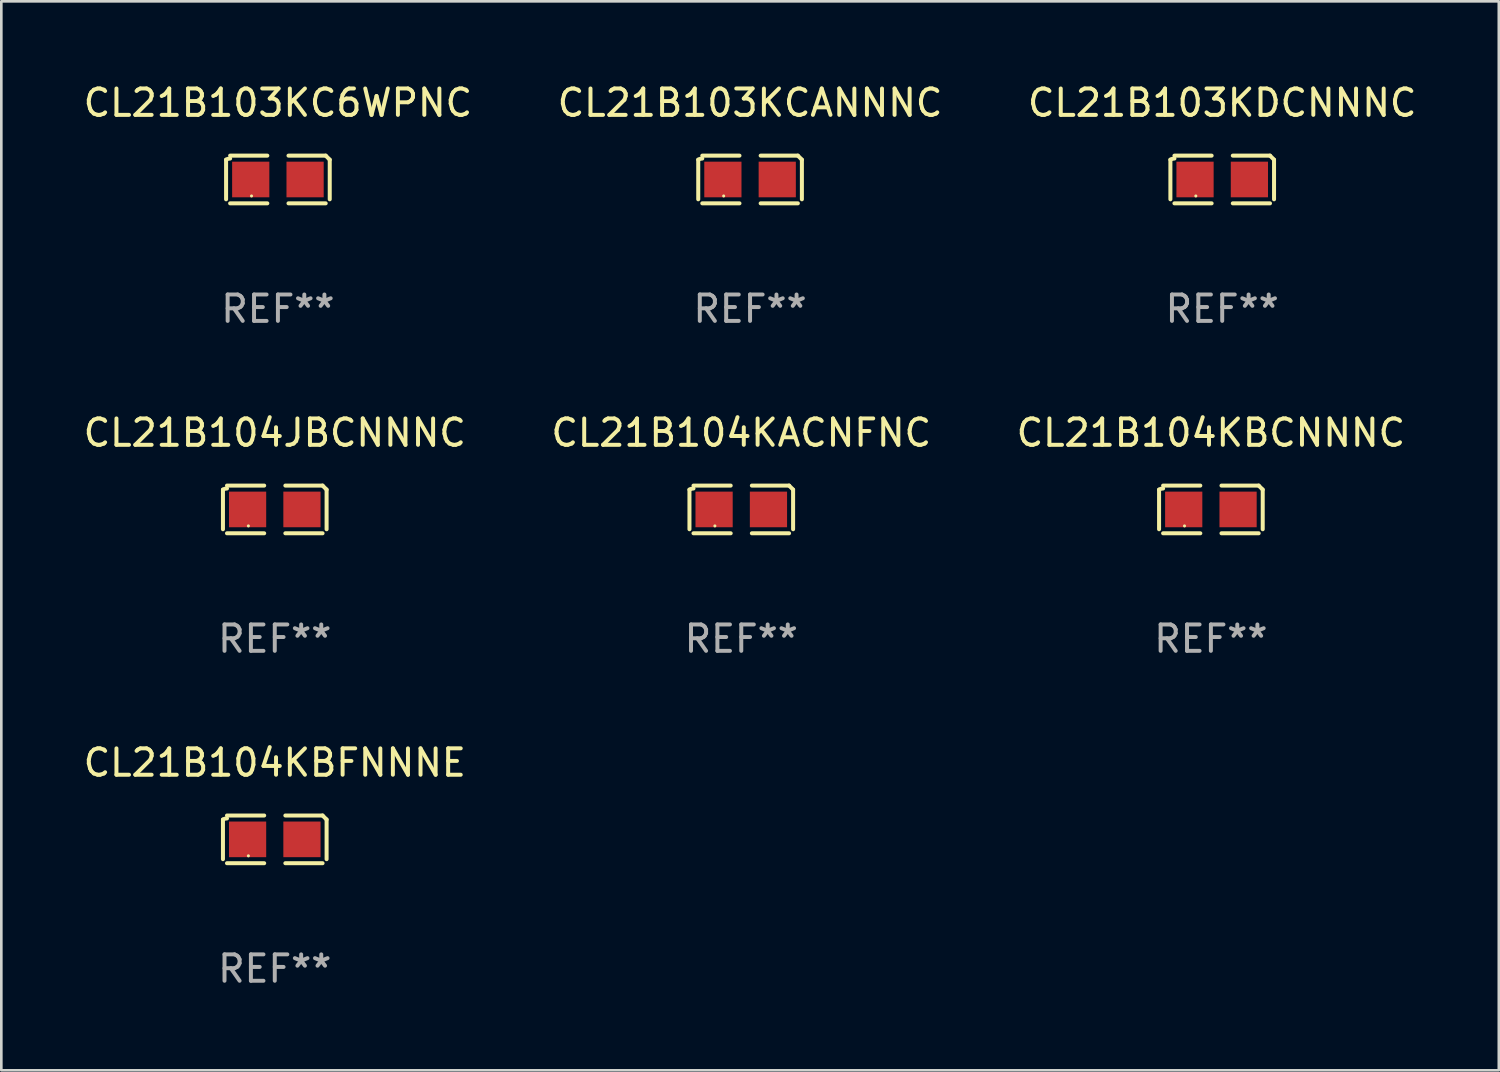
<source format=kicad_pcb>
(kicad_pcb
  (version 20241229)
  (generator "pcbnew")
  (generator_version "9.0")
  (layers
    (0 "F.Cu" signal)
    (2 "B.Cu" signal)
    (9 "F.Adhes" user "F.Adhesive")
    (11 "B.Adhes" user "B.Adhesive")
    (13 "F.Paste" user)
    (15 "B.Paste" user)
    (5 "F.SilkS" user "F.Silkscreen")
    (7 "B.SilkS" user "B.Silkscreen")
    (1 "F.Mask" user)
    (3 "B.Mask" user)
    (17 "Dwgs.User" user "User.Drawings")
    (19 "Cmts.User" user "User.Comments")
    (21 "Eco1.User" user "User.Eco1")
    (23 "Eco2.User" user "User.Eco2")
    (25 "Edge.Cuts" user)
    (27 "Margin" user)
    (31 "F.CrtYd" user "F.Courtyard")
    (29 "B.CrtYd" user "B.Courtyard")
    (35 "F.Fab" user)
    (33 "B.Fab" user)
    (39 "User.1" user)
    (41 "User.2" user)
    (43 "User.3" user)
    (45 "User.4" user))
  (footprint "CL21B103KDCNNNC"
    (layer "F.Cu")
    (at 43.268 3.752)
    (property "Reference" "CL21B103KDCNNNC" (at 0 -2.904 0) (layer "F.SilkS") (effects (font (size 1 1) (thickness 0.15))))
    (attr through_hole)
    (fp_line (start -1.964 0.751) (end -1.964 -0.751) (stroke (width 0.152) (type solid)) (layer "F.SilkS"))
    (fp_line (start -1.811 -0.904) (end -0.401 -0.904) (stroke (width 0.152) (type solid)) (layer "F.SilkS"))
    (fp_line (start -0.401 0.904) (end -1.811 0.904) (stroke (width 0.152) (type solid)) (layer "F.SilkS"))
    (fp_line (start 0.401 0.904) (end 1.811 0.904) (stroke (width 0.152) (type solid)) (layer "F.SilkS"))
    (fp_line (start 1.811 -0.904) (end 0.401 -0.904) (stroke (width 0.152) (type solid)) (layer "F.SilkS"))
    (fp_line (start 1.964 0.751) (end 1.964 -0.751) (stroke (width 0.152) (type solid)) (layer "F.SilkS"))
    (fp_arc (start -1.963602 -0.751207) (mid -1.890354 -0.783131) (end -1.811201 -0.794044) (stroke (width 0.1524) (type solid)) (layer "F.SilkS"))
    (fp_arc (start 1.811202 -0.903607) (mid 1.887413 -0.827418) (end 1.963602 -0.751207) (stroke (width 0.1524) (type solid)) (layer "F.SilkS"))
    (fp_circle (center -1 0.625) (end -0.97 0.625) (stroke (width 0.06) (type solid)) (fill no) (layer "F.SilkS"))
    (fp_text user "REF**" (at 0 4.904 0) (layer "F.Fab") (effects (font (size 1 1) (thickness 0.15))))
    (pad "1" smd rect (at -1.03 0) (size 1.41 1.35) (layers "F.Cu" "F.Mask" "F.Paste"))
    (pad "2" smd rect (at 1.03 0) (size 1.41 1.35) (layers "F.Cu" "F.Mask" "F.Paste")))
  (footprint "CL21B104JBCNNNC"
    (layer "F.Cu")
    (at 7.363 16.256)
    (property "Reference" "CL21B104JBCNNNC" (at 0 -2.904 0) (layer "F.SilkS") (effects (font (size 1 1) (thickness 0.15))))
    (attr through_hole)
    (fp_line (start -1.964 0.751) (end -1.964 -0.751) (stroke (width 0.152) (type solid)) (layer "F.SilkS"))
    (fp_line (start -1.811 -0.904) (end -0.401 -0.904) (stroke (width 0.152) (type solid)) (layer "F.SilkS"))
    (fp_line (start -0.401 0.904) (end -1.811 0.904) (stroke (width 0.152) (type solid)) (layer "F.SilkS"))
    (fp_line (start 0.401 0.904) (end 1.811 0.904) (stroke (width 0.152) (type solid)) (layer "F.SilkS"))
    (fp_line (start 1.811 -0.904) (end 0.401 -0.904) (stroke (width 0.152) (type solid)) (layer "F.SilkS"))
    (fp_line (start 1.964 0.751) (end 1.964 -0.751) (stroke (width 0.152) (type solid)) (layer "F.SilkS"))
    (fp_arc (start -1.963602 -0.751207) (mid -1.890354 -0.783131) (end -1.811201 -0.794044) (stroke (width 0.1524) (type solid)) (layer "F.SilkS"))
    (fp_arc (start 1.811202 -0.903607) (mid 1.887413 -0.827418) (end 1.963602 -0.751207) (stroke (width 0.1524) (type solid)) (layer "F.SilkS"))
    (fp_circle (center -1 0.625) (end -0.97 0.625) (stroke (width 0.06) (type solid)) (fill no) (layer "F.SilkS"))
    (fp_text user "REF**" (at 0 4.904 0) (layer "F.Fab") (effects (font (size 1 1) (thickness 0.15))))
    (pad "1" smd rect (at -1.03 0) (size 1.41 1.35) (layers "F.Cu" "F.Mask" "F.Paste"))
    (pad "2" smd rect (at 1.03 0) (size 1.41 1.35) (layers "F.Cu" "F.Mask" "F.Paste")))
  (footprint "CL21B103KC6WPNC"
    (layer "F.Cu")
    (at 7.482 3.752)
    (property "Reference" "CL21B103KC6WPNC" (at 0 -2.904 0) (layer "F.SilkS") (effects (font (size 1 1) (thickness 0.15))))
    (attr through_hole)
    (fp_line (start -1.964 0.751) (end -1.964 -0.751) (stroke (width 0.152) (type solid)) (layer "F.SilkS"))
    (fp_line (start -1.811 -0.904) (end -0.401 -0.904) (stroke (width 0.152) (type solid)) (layer "F.SilkS"))
    (fp_line (start -0.401 0.904) (end -1.811 0.904) (stroke (width 0.152) (type solid)) (layer "F.SilkS"))
    (fp_line (start 0.401 0.904) (end 1.811 0.904) (stroke (width 0.152) (type solid)) (layer "F.SilkS"))
    (fp_line (start 1.811 -0.904) (end 0.401 -0.904) (stroke (width 0.152) (type solid)) (layer "F.SilkS"))
    (fp_line (start 1.964 0.751) (end 1.964 -0.751) (stroke (width 0.152) (type solid)) (layer "F.SilkS"))
    (fp_arc (start -1.963602 -0.751207) (mid -1.890354 -0.783131) (end -1.811201 -0.794044) (stroke (width 0.1524) (type solid)) (layer "F.SilkS"))
    (fp_arc (start 1.811202 -0.903607) (mid 1.887413 -0.827418) (end 1.963602 -0.751207) (stroke (width 0.1524) (type solid)) (layer "F.SilkS"))
    (fp_circle (center -1 0.625) (end -0.97 0.625) (stroke (width 0.06) (type solid)) (fill no) (layer "F.SilkS"))
    (fp_text user "REF**" (at 0 4.904 0) (layer "F.Fab") (effects (font (size 1 1) (thickness 0.15))))
    (pad "1" smd rect (at -1.03 0) (size 1.41 1.35) (layers "F.Cu" "F.Mask" "F.Paste"))
    (pad "2" smd rect (at 1.03 0) (size 1.41 1.35) (layers "F.Cu" "F.Mask" "F.Paste")))
  (footprint "CL21B103KCANNNC"
    (layer "F.Cu")
    (at 25.375 3.752)
    (property "Reference" "CL21B103KCANNNC" (at 0 -2.904 0) (layer "F.SilkS") (effects (font (size 1 1) (thickness 0.15))))
    (attr through_hole)
    (fp_line (start -1.964 0.751) (end -1.964 -0.751) (stroke (width 0.152) (type solid)) (layer "F.SilkS"))
    (fp_line (start -1.811 -0.904) (end -0.401 -0.904) (stroke (width 0.152) (type solid)) (layer "F.SilkS"))
    (fp_line (start -0.401 0.904) (end -1.811 0.904) (stroke (width 0.152) (type solid)) (layer "F.SilkS"))
    (fp_line (start 0.401 0.904) (end 1.811 0.904) (stroke (width 0.152) (type solid)) (layer "F.SilkS"))
    (fp_line (start 1.811 -0.904) (end 0.401 -0.904) (stroke (width 0.152) (type solid)) (layer "F.SilkS"))
    (fp_line (start 1.964 0.751) (end 1.964 -0.751) (stroke (width 0.152) (type solid)) (layer "F.SilkS"))
    (fp_arc (start -1.963602 -0.751207) (mid -1.890354 -0.783131) (end -1.811201 -0.794044) (stroke (width 0.1524) (type solid)) (layer "F.SilkS"))
    (fp_arc (start 1.811202 -0.903607) (mid 1.887413 -0.827418) (end 1.963602 -0.751207) (stroke (width 0.1524) (type solid)) (layer "F.SilkS"))
    (fp_circle (center -1 0.625) (end -0.97 0.625) (stroke (width 0.06) (type solid)) (fill no) (layer "F.SilkS"))
    (fp_text user "REF**" (at 0 4.904 0) (layer "F.Fab") (effects (font (size 1 1) (thickness 0.15))))
    (pad "1" smd rect (at -1.03 0) (size 1.41 1.35) (layers "F.Cu" "F.Mask" "F.Paste"))
    (pad "2" smd rect (at 1.03 0) (size 1.41 1.35) (layers "F.Cu" "F.Mask" "F.Paste")))
  (footprint "CL21B104KBFNNNE"
    (layer "F.Cu")
    (at 7.363 28.759)
    (property "Reference" "CL21B104KBFNNNE" (at 0 -2.904 0) (layer "F.SilkS") (effects (font (size 1 1) (thickness 0.15))))
    (attr through_hole)
    (fp_line (start -1.964 0.751) (end -1.964 -0.751) (stroke (width 0.152) (type solid)) (layer "F.SilkS"))
    (fp_line (start -1.811 -0.904) (end -0.401 -0.904) (stroke (width 0.152) (type solid)) (layer "F.SilkS"))
    (fp_line (start -0.401 0.904) (end -1.811 0.904) (stroke (width 0.152) (type solid)) (layer "F.SilkS"))
    (fp_line (start 0.401 0.904) (end 1.811 0.904) (stroke (width 0.152) (type solid)) (layer "F.SilkS"))
    (fp_line (start 1.811 -0.904) (end 0.401 -0.904) (stroke (width 0.152) (type solid)) (layer "F.SilkS"))
    (fp_line (start 1.964 0.751) (end 1.964 -0.751) (stroke (width 0.152) (type solid)) (layer "F.SilkS"))
    (fp_arc (start -1.963602 -0.751207) (mid -1.890354 -0.783131) (end -1.811201 -0.794044) (stroke (width 0.1524) (type solid)) (layer "F.SilkS"))
    (fp_arc (start 1.811202 -0.903607) (mid 1.887413 -0.827418) (end 1.963602 -0.751207) (stroke (width 0.1524) (type solid)) (layer "F.SilkS"))
    (fp_circle (center -1 0.625) (end -0.97 0.625) (stroke (width 0.06) (type solid)) (fill no) (layer "F.SilkS"))
    (fp_text user "REF**" (at 0 4.904 0) (layer "F.Fab") (effects (font (size 1 1) (thickness 0.15))))
    (pad "1" smd rect (at -1.03 0) (size 1.41 1.35) (layers "F.Cu" "F.Mask" "F.Paste"))
    (pad "2" smd rect (at 1.03 0) (size 1.41 1.35) (layers "F.Cu" "F.Mask" "F.Paste")))
  (footprint "CL21B104KBCNNNC"
    (layer "F.Cu")
    (at 42.839 16.256)
    (property "Reference" "CL21B104KBCNNNC" (at 0 -2.904 0) (layer "F.SilkS") (effects (font (size 1 1) (thickness 0.15))))
    (attr through_hole)
    (fp_line (start -1.964 0.751) (end -1.964 -0.751) (stroke (width 0.152) (type solid)) (layer "F.SilkS"))
    (fp_line (start -1.811 -0.904) (end -0.401 -0.904) (stroke (width 0.152) (type solid)) (layer "F.SilkS"))
    (fp_line (start -0.401 0.904) (end -1.811 0.904) (stroke (width 0.152) (type solid)) (layer "F.SilkS"))
    (fp_line (start 0.401 0.904) (end 1.811 0.904) (stroke (width 0.152) (type solid)) (layer "F.SilkS"))
    (fp_line (start 1.811 -0.904) (end 0.401 -0.904) (stroke (width 0.152) (type solid)) (layer "F.SilkS"))
    (fp_line (start 1.964 0.751) (end 1.964 -0.751) (stroke (width 0.152) (type solid)) (layer "F.SilkS"))
    (fp_arc (start -1.963602 -0.751207) (mid -1.890354 -0.783131) (end -1.811201 -0.794044) (stroke (width 0.1524) (type solid)) (layer "F.SilkS"))
    (fp_arc (start 1.811202 -0.903607) (mid 1.887413 -0.827418) (end 1.963602 -0.751207) (stroke (width 0.1524) (type solid)) (layer "F.SilkS"))
    (fp_circle (center -1 0.625) (end -0.97 0.625) (stroke (width 0.06) (type solid)) (fill no) (layer "F.SilkS"))
    (fp_text user "REF**" (at 0 4.904 0) (layer "F.Fab") (effects (font (size 1 1) (thickness 0.15))))
    (pad "1" smd rect (at -1.03 0) (size 1.41 1.35) (layers "F.Cu" "F.Mask" "F.Paste"))
    (pad "2" smd rect (at 1.03 0) (size 1.41 1.35) (layers "F.Cu" "F.Mask" "F.Paste")))
  (footprint "CL21B104KACNFNC"
    (layer "F.Cu")
    (at 25.042 16.256)
    (property "Reference" "CL21B104KACNFNC" (at 0 -2.904 0) (layer "F.SilkS") (effects (font (size 1 1) (thickness 0.15))))
    (attr through_hole)
    (fp_line (start -1.964 0.751) (end -1.964 -0.751) (stroke (width 0.152) (type solid)) (layer "F.SilkS"))
    (fp_line (start -1.811 -0.904) (end -0.401 -0.904) (stroke (width 0.152) (type solid)) (layer "F.SilkS"))
    (fp_line (start -0.401 0.904) (end -1.811 0.904) (stroke (width 0.152) (type solid)) (layer "F.SilkS"))
    (fp_line (start 0.401 0.904) (end 1.811 0.904) (stroke (width 0.152) (type solid)) (layer "F.SilkS"))
    (fp_line (start 1.811 -0.904) (end 0.401 -0.904) (stroke (width 0.152) (type solid)) (layer "F.SilkS"))
    (fp_line (start 1.964 0.751) (end 1.964 -0.751) (stroke (width 0.152) (type solid)) (layer "F.SilkS"))
    (fp_arc (start -1.963602 -0.751207) (mid -1.890354 -0.783131) (end -1.811201 -0.794044) (stroke (width 0.1524) (type solid)) (layer "F.SilkS"))
    (fp_arc (start 1.811202 -0.903607) (mid 1.887413 -0.827418) (end 1.963602 -0.751207) (stroke (width 0.1524) (type solid)) (layer "F.SilkS"))
    (fp_circle (center -1 0.625) (end -0.97 0.625) (stroke (width 0.06) (type solid)) (fill no) (layer "F.SilkS"))
    (fp_text user "REF**" (at 0 4.904 0) (layer "F.Fab") (effects (font (size 1 1) (thickness 0.15))))
    (pad "1" smd rect (at -1.03 0) (size 1.41 1.35) (layers "F.Cu" "F.Mask" "F.Paste"))
    (pad "2" smd rect (at 1.03 0) (size 1.41 1.35) (layers "F.Cu" "F.Mask" "F.Paste")))
  (gr_rect
    (start -3 -3)
    (end 53.75 37.511)
    (stroke (width 0.1) (type default))
    (fill no)
    (layer "Edge.Cuts")))
</source>
